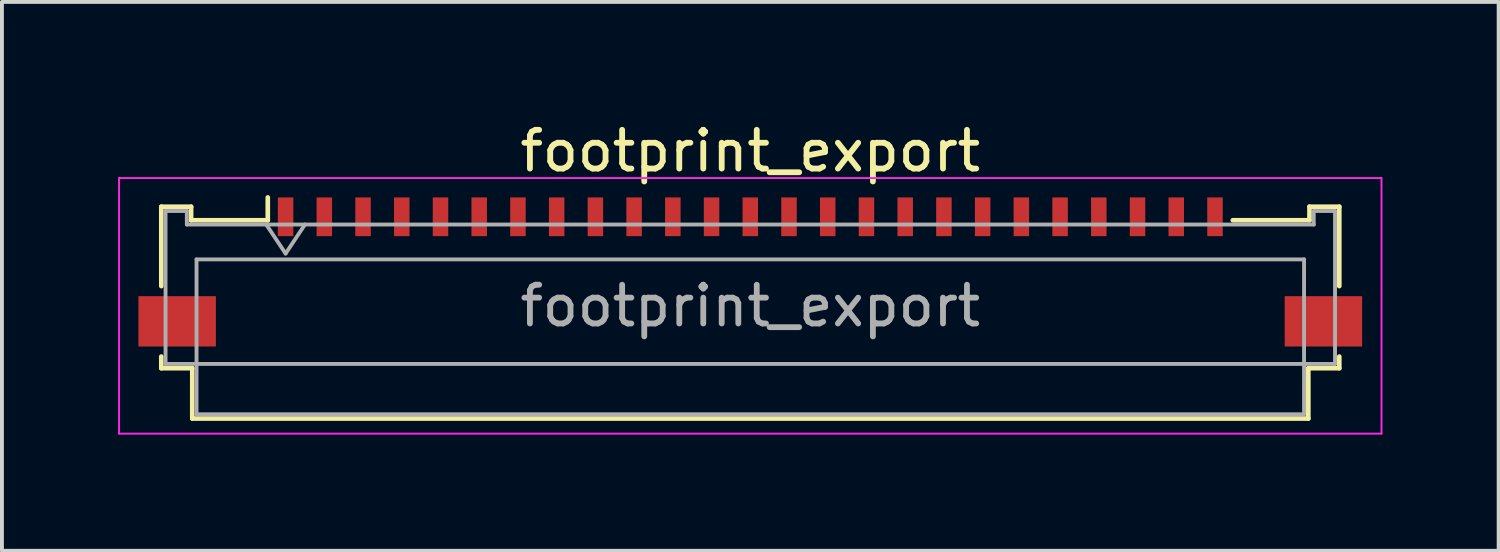
<source format=kicad_pcb>
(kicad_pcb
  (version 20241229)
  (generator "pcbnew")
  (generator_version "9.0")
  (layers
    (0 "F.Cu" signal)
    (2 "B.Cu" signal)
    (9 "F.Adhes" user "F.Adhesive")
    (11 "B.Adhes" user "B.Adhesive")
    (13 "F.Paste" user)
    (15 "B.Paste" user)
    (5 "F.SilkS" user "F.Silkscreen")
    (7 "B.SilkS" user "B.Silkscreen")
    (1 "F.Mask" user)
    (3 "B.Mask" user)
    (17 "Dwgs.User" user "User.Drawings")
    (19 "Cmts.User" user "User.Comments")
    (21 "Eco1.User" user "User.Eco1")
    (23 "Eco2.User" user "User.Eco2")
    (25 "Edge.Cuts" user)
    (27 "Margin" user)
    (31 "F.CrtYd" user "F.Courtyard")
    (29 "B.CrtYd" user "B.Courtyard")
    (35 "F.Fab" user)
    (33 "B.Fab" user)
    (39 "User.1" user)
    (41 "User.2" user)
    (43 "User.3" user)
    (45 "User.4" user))
  (footprint "footprint_export"
    (layer "F.Cu")
    (at 16.325 3.458)
    (property "Reference" "footprint_export" (at 0 -2.61 0) (layer "F.SilkS") (effects (font (size 1 1) (thickness 0.15))))
    (attr smd)
    (fp_line (start -15.21 -1.17) (end -15.21 0.88) (stroke (width 0.12) (type solid)) (layer "F.SilkS"))
    (fp_line (start -15.21 2.7) (end -15.21 3) (stroke (width 0.12) (type solid)) (layer "F.SilkS"))
    (fp_line (start -15.21 3) (end -14.41 3) (stroke (width 0.12) (type solid)) (layer "F.SilkS"))
    (fp_line (start -14.44 -1.17) (end -15.21 -1.17) (stroke (width 0.12) (type solid)) (layer "F.SilkS"))
    (fp_line (start -14.44 -0.82) (end -14.44 -1.17) (stroke (width 0.12) (type solid)) (layer "F.SilkS"))
    (fp_line (start -14.41 3) (end -14.41 4.3) (stroke (width 0.12) (type solid)) (layer "F.SilkS"))
    (fp_line (start -14.41 4.3) (end 14.41 4.3) (stroke (width 0.12) (type solid)) (layer "F.SilkS"))
    (fp_line (start -12.46 -1.41) (end -12.46 -0.82) (stroke (width 0.12) (type solid)) (layer "F.SilkS"))
    (fp_line (start -12.46 -0.82) (end -14.44 -0.82) (stroke (width 0.12) (type solid)) (layer "F.SilkS"))
    (fp_line (start 14.41 3) (end 15.21 3) (stroke (width 0.12) (type solid)) (layer "F.SilkS"))
    (fp_line (start 14.41 4.3) (end 14.41 3) (stroke (width 0.12) (type solid)) (layer "F.SilkS"))
    (fp_line (start 14.44 -1.17) (end 14.44 -0.82) (stroke (width 0.12) (type solid)) (layer "F.SilkS"))
    (fp_line (start 14.44 -0.82) (end 12.46 -0.82) (stroke (width 0.12) (type solid)) (layer "F.SilkS"))
    (fp_line (start 15.21 -1.17) (end 14.44 -1.17) (stroke (width 0.12) (type solid)) (layer "F.SilkS"))
    (fp_line (start 15.21 0.88) (end 15.21 -1.17) (stroke (width 0.12) (type solid)) (layer "F.SilkS"))
    (fp_line (start 15.21 3) (end 15.21 2.7) (stroke (width 0.12) (type solid)) (layer "F.SilkS"))
    (fp_line (start -16.3 -1.91) (end -16.3 4.69) (stroke (width 0.05) (type solid)) (layer "F.CrtYd"))
    (fp_line (start -16.3 4.69) (end 16.3 4.69) (stroke (width 0.05) (type solid)) (layer "F.CrtYd"))
    (fp_line (start 16.3 -1.91) (end -16.3 -1.91) (stroke (width 0.05) (type solid)) (layer "F.CrtYd"))
    (fp_line (start 16.3 4.69) (end 16.3 -1.91) (stroke (width 0.05) (type solid)) (layer "F.CrtYd"))
    (fp_line (start -15.1 -1.06) (end -15.1 2.89) (stroke (width 0.1) (type solid)) (layer "F.Fab"))
    (fp_line (start -15.1 2.89) (end 15.1 2.89) (stroke (width 0.1) (type solid)) (layer "F.Fab"))
    (fp_line (start -14.55 -1.06) (end -15.1 -1.06) (stroke (width 0.1) (type solid)) (layer "F.Fab"))
    (fp_line (start -14.55 -0.71) (end -14.55 -1.06) (stroke (width 0.1) (type solid)) (layer "F.Fab"))
    (fp_line (start -14.3 0.19) (end -14.3 4.19) (stroke (width 0.1) (type solid)) (layer "F.Fab"))
    (fp_line (start -14.3 4.19) (end 14.3 4.19) (stroke (width 0.1) (type solid)) (layer "F.Fab"))
    (fp_line (start -12.5 -0.71) (end -12 0.04) (stroke (width 0.1) (type solid)) (layer "F.Fab"))
    (fp_line (start -12 0.04) (end -11.5 -0.71) (stroke (width 0.1) (type solid)) (layer "F.Fab"))
    (fp_line (start 14.3 0.19) (end -14.3 0.19) (stroke (width 0.1) (type solid)) (layer "F.Fab"))
    (fp_line (start 14.3 4.19) (end 14.3 0.19) (stroke (width 0.1) (type solid)) (layer "F.Fab"))
    (fp_line (start 14.55 -1.06) (end 14.55 -0.71) (stroke (width 0.1) (type solid)) (layer "F.Fab"))
    (fp_line (start 14.55 -0.71) (end -14.55 -0.71) (stroke (width 0.1) (type solid)) (layer "F.Fab"))
    (fp_line (start 15.1 -1.06) (end 14.55 -1.06) (stroke (width 0.1) (type solid)) (layer "F.Fab"))
    (fp_line (start 15.1 2.89) (end 15.1 -1.06) (stroke (width 0.1) (type solid)) (layer "F.Fab"))
    (fp_text user "${REFERENCE}" (at 0 1.39 0) (layer "F.Fab") (effects (font (size 1 1) (thickness 0.15))))
    (pad "1" smd rect (at -12 -0.91) (size 0.4 1) (layers "F.Cu" "F.Mask" "F.Paste"))
    (pad "2" smd rect (at -11 -0.91) (size 0.4 1) (layers "F.Cu" "F.Mask" "F.Paste"))
    (pad "3" smd rect (at -10 -0.91) (size 0.4 1) (layers "F.Cu" "F.Mask" "F.Paste"))
    (pad "4" smd rect (at -9 -0.91) (size 0.4 1) (layers "F.Cu" "F.Mask" "F.Paste"))
    (pad "5" smd rect (at -8 -0.91) (size 0.4 1) (layers "F.Cu" "F.Mask" "F.Paste"))
    (pad "6" smd rect (at -7 -0.91) (size 0.4 1) (layers "F.Cu" "F.Mask" "F.Paste"))
    (pad "7" smd rect (at -6 -0.91) (size 0.4 1) (layers "F.Cu" "F.Mask" "F.Paste"))
    (pad "8" smd rect (at -5 -0.91) (size 0.4 1) (layers "F.Cu" "F.Mask" "F.Paste"))
    (pad "9" smd rect (at -4 -0.91) (size 0.4 1) (layers "F.Cu" "F.Mask" "F.Paste"))
    (pad "10" smd rect (at -3 -0.91) (size 0.4 1) (layers "F.Cu" "F.Mask" "F.Paste"))
    (pad "11" smd rect (at -2 -0.91) (size 0.4 1) (layers "F.Cu" "F.Mask" "F.Paste"))
    (pad "12" smd rect (at -1 -0.91) (size 0.4 1) (layers "F.Cu" "F.Mask" "F.Paste"))
    (pad "13" smd rect (at 0 -0.91) (size 0.4 1) (layers "F.Cu" "F.Mask" "F.Paste"))
    (pad "14" smd rect (at 1 -0.91) (size 0.4 1) (layers "F.Cu" "F.Mask" "F.Paste"))
    (pad "15" smd rect (at 2 -0.91) (size 0.4 1) (layers "F.Cu" "F.Mask" "F.Paste"))
    (pad "16" smd rect (at 3 -0.91) (size 0.4 1) (layers "F.Cu" "F.Mask" "F.Paste"))
    (pad "17" smd rect (at 4 -0.91) (size 0.4 1) (layers "F.Cu" "F.Mask" "F.Paste"))
    (pad "18" smd rect (at 5 -0.91) (size 0.4 1) (layers "F.Cu" "F.Mask" "F.Paste"))
    (pad "19" smd rect (at 6 -0.91) (size 0.4 1) (layers "F.Cu" "F.Mask" "F.Paste"))
    (pad "20" smd rect (at 7 -0.91) (size 0.4 1) (layers "F.Cu" "F.Mask" "F.Paste"))
    (pad "21" smd rect (at 8 -0.91) (size 0.4 1) (layers "F.Cu" "F.Mask" "F.Paste"))
    (pad "22" smd rect (at 9 -0.91) (size 0.4 1) (layers "F.Cu" "F.Mask" "F.Paste"))
    (pad "23" smd rect (at 10 -0.91) (size 0.4 1) (layers "F.Cu" "F.Mask" "F.Paste"))
    (pad "24" smd rect (at 11 -0.91) (size 0.4 1) (layers "F.Cu" "F.Mask" "F.Paste"))
    (pad "25" smd rect (at 12 -0.91) (size 0.4 1) (layers "F.Cu" "F.Mask" "F.Paste"))
    (pad "MP" smd rect (at -14.8 1.79) (size 2 1.3) (layers "F.Cu" "F.Mask" "F.Paste"))
    (pad "MP" smd rect (at 14.8 1.79) (size 2 1.3) (layers "F.Cu" "F.Mask" "F.Paste")))
  (gr_rect
    (start -3 -3)
    (end 35.65 11.173)
    (stroke (width 0.1) (type default))
    (fill no)
    (layer "Edge.Cuts")))
</source>
